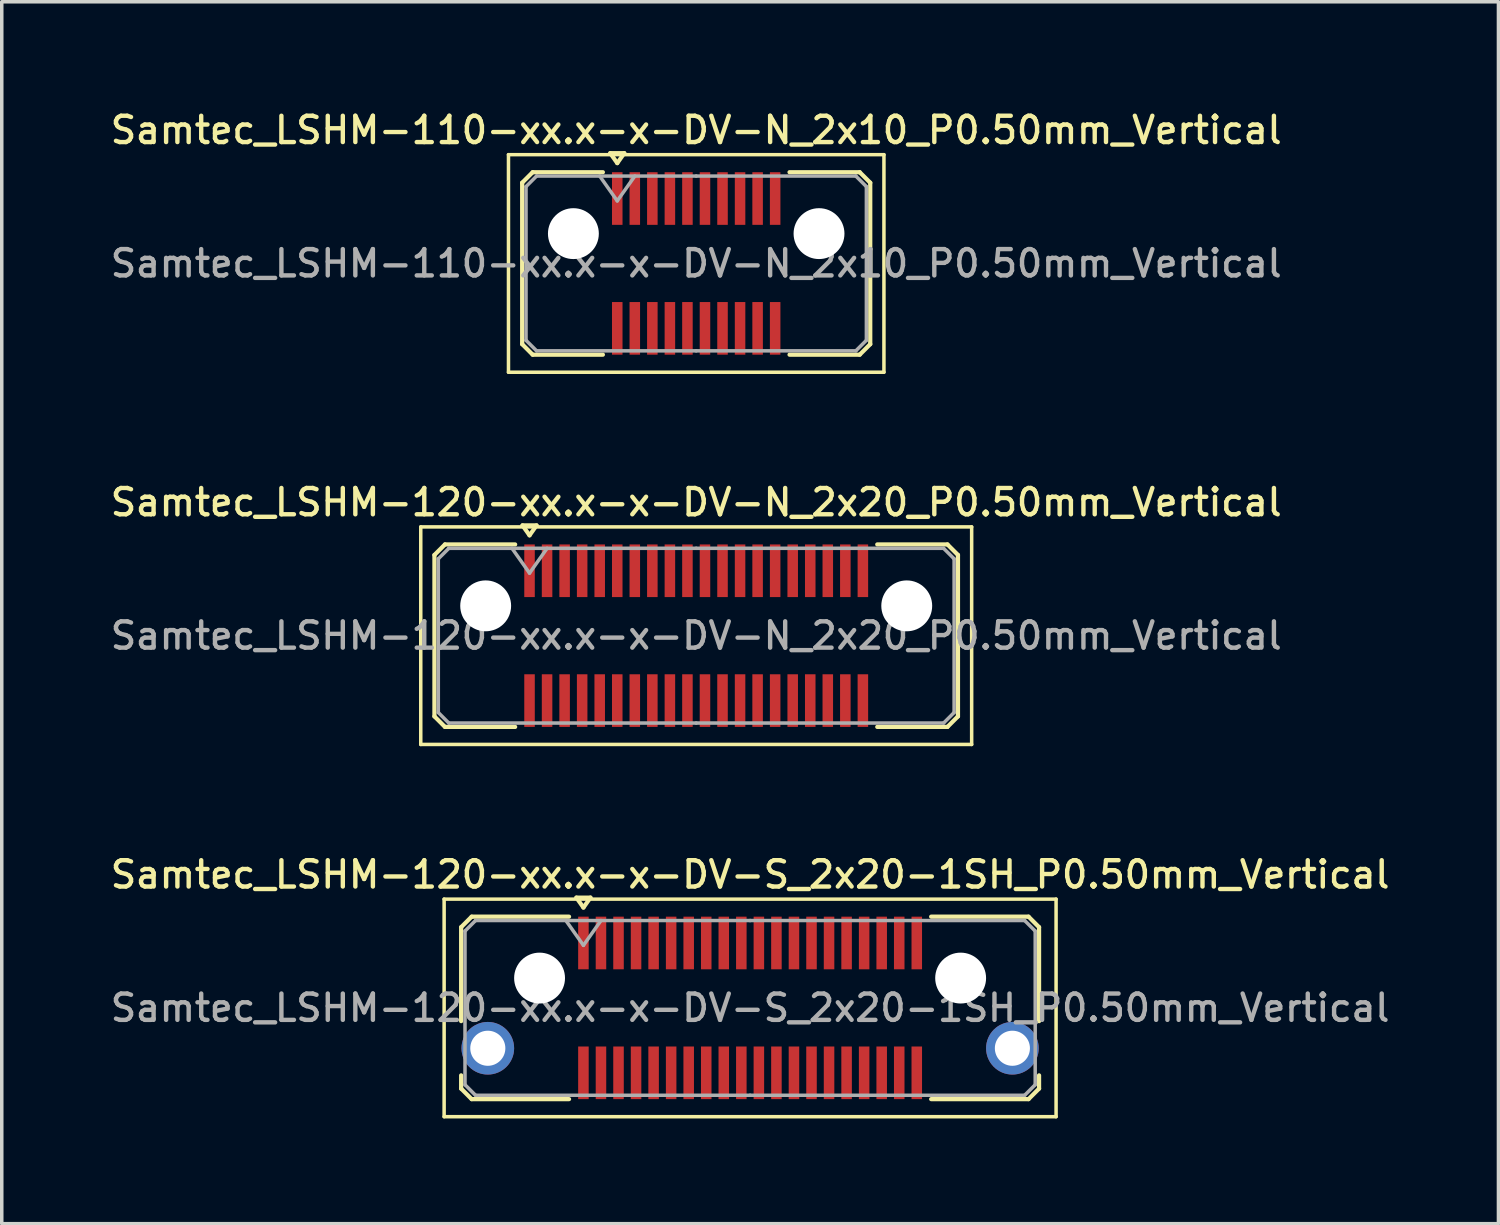
<source format=kicad_pcb>
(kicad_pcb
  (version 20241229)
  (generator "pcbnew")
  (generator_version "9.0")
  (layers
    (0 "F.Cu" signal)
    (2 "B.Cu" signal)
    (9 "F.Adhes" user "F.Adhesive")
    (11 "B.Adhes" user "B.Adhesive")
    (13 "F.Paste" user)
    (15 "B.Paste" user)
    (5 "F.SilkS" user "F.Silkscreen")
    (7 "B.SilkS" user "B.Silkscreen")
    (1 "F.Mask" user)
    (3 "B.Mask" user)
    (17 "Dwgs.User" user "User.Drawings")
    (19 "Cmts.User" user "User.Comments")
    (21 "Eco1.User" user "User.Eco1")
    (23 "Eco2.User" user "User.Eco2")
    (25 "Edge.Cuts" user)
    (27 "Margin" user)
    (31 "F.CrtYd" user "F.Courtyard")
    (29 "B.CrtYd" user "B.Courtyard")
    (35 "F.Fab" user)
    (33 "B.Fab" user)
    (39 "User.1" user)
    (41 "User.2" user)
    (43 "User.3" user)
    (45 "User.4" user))
  (footprint "Samtec_LSHM-120-xx.x-x-DV-N_2x20_P0.50mm_Vertical"
    (layer "F.Cu")
    (at 16.791 15.066)
    (property "Reference" "Samtec_LSHM-120-xx.x-x-DV-N_2x20_P0.50mm_Vertical" (at 0 -3.8 0) (layer "F.SilkS") (effects (font (size 0.75 0.75) (thickness 0.125))))
    (attr smd)
    (fp_line (start -7.85 -3.1) (end -7.85 3.1) (stroke (width 0.1) (type solid)) (layer "F.SilkS"))
    (fp_line (start -7.85 3.1) (end 7.85 3.1) (stroke (width 0.1) (type solid)) (layer "F.SilkS"))
    (fp_line (start -7.46 -2.3) (end -7.46 2.3) (stroke (width 0.12) (type solid)) (layer "F.SilkS"))
    (fp_line (start -7.46 2.3) (end -7.16 2.6) (stroke (width 0.12) (type solid)) (layer "F.SilkS"))
    (fp_line (start -7.16 -2.6) (end -7.46 -2.3) (stroke (width 0.12) (type solid)) (layer "F.SilkS"))
    (fp_line (start -7.16 2.6) (end -5.16 2.6) (stroke (width 0.12) (type solid)) (layer "F.SilkS"))
    (fp_line (start -5.16 -2.6) (end -7.16 -2.6) (stroke (width 0.12) (type solid)) (layer "F.SilkS"))
    (fp_line (start -4.95 -3.143) (end -4.55 -3.143) (stroke (width 0.12) (type solid)) (layer "F.SilkS"))
    (fp_line (start -4.75 -2.86) (end -4.95 -3.143) (stroke (width 0.12) (type solid)) (layer "F.SilkS"))
    (fp_line (start -4.55 -3.143) (end -4.75 -2.86) (stroke (width 0.12) (type solid)) (layer "F.SilkS"))
    (fp_line (start 5.16 -2.6) (end 7.16 -2.6) (stroke (width 0.12) (type solid)) (layer "F.SilkS"))
    (fp_line (start 7.16 -2.6) (end 7.46 -2.3) (stroke (width 0.12) (type solid)) (layer "F.SilkS"))
    (fp_line (start 7.16 2.6) (end 5.16 2.6) (stroke (width 0.12) (type solid)) (layer "F.SilkS"))
    (fp_line (start 7.46 -2.3) (end 7.46 2.3) (stroke (width 0.12) (type solid)) (layer "F.SilkS"))
    (fp_line (start 7.46 2.3) (end 7.16 2.6) (stroke (width 0.12) (type solid)) (layer "F.SilkS"))
    (fp_line (start 7.85 -3.1) (end -7.85 -3.1) (stroke (width 0.1) (type solid)) (layer "F.SilkS"))
    (fp_line (start 7.85 3.1) (end 7.85 -3.1) (stroke (width 0.1) (type solid)) (layer "F.SilkS"))
    (fp_line (start -7.35 -2.19) (end -7.35 2.19) (stroke (width 0.1) (type solid)) (layer "F.Fab"))
    (fp_line (start -7.35 2.19) (end -7.05 2.49) (stroke (width 0.1) (type solid)) (layer "F.Fab"))
    (fp_line (start -7.05 -2.49) (end -7.35 -2.19) (stroke (width 0.1) (type solid)) (layer "F.Fab"))
    (fp_line (start -7.05 2.49) (end 0 2.49) (stroke (width 0.1) (type solid)) (layer "F.Fab"))
    (fp_line (start -5.25 -2.49) (end -4.75 -1.783) (stroke (width 0.1) (type solid)) (layer "F.Fab"))
    (fp_line (start -4.75 -1.783) (end -4.25 -2.49) (stroke (width 0.1) (type solid)) (layer "F.Fab"))
    (fp_line (start 0 -2.49) (end -7.05 -2.49) (stroke (width 0.1) (type solid)) (layer "F.Fab"))
    (fp_line (start 0 -2.49) (end 7.05 -2.49) (stroke (width 0.1) (type solid)) (layer "F.Fab"))
    (fp_line (start 7.05 -2.49) (end 7.35 -2.19) (stroke (width 0.1) (type solid)) (layer "F.Fab"))
    (fp_line (start 7.05 2.49) (end 0 2.49) (stroke (width 0.1) (type solid)) (layer "F.Fab"))
    (fp_line (start 7.35 -2.19) (end 7.35 2.19) (stroke (width 0.1) (type solid)) (layer "F.Fab"))
    (fp_line (start 7.35 2.19) (end 7.05 2.49) (stroke (width 0.1) (type solid)) (layer "F.Fab"))
    (fp_text user "${REFERENCE}" (at 0 0 0) (layer "F.Fab") (effects (font (size 0.75 0.75) (thickness 0.125))))
    (pad "" np_thru_hole circle (at -6 -0.85) (size 1.45 1.45) (drill 1.45) (layers "*.Cu" "*.Mask"))
    (pad "" np_thru_hole circle (at 6 -0.85) (size 1.45 1.45) (drill 1.45) (layers "*.Cu" "*.Mask"))
    (pad "1" smd rect (at -4.75 -1.85) (size 0.3 1.5) (layers "F.Cu" "F.Mask" "F.Paste"))
    (pad "2" smd rect (at -4.75 1.85) (size 0.3 1.5) (layers "F.Cu" "F.Mask" "F.Paste"))
    (pad "3" smd rect (at -4.25 -1.85) (size 0.3 1.5) (layers "F.Cu" "F.Mask" "F.Paste"))
    (pad "4" smd rect (at -4.25 1.85) (size 0.3 1.5) (layers "F.Cu" "F.Mask" "F.Paste"))
    (pad "5" smd rect (at -3.75 -1.85) (size 0.3 1.5) (layers "F.Cu" "F.Mask" "F.Paste"))
    (pad "6" smd rect (at -3.75 1.85) (size 0.3 1.5) (layers "F.Cu" "F.Mask" "F.Paste"))
    (pad "7" smd rect (at -3.25 -1.85) (size 0.3 1.5) (layers "F.Cu" "F.Mask" "F.Paste"))
    (pad "8" smd rect (at -3.25 1.85) (size 0.3 1.5) (layers "F.Cu" "F.Mask" "F.Paste"))
    (pad "9" smd rect (at -2.75 -1.85) (size 0.3 1.5) (layers "F.Cu" "F.Mask" "F.Paste"))
    (pad "10" smd rect (at -2.75 1.85) (size 0.3 1.5) (layers "F.Cu" "F.Mask" "F.Paste"))
    (pad "11" smd rect (at -2.25 -1.85) (size 0.3 1.5) (layers "F.Cu" "F.Mask" "F.Paste"))
    (pad "12" smd rect (at -2.25 1.85) (size 0.3 1.5) (layers "F.Cu" "F.Mask" "F.Paste"))
    (pad "13" smd rect (at -1.75 -1.85) (size 0.3 1.5) (layers "F.Cu" "F.Mask" "F.Paste"))
    (pad "14" smd rect (at -1.75 1.85) (size 0.3 1.5) (layers "F.Cu" "F.Mask" "F.Paste"))
    (pad "15" smd rect (at -1.25 -1.85) (size 0.3 1.5) (layers "F.Cu" "F.Mask" "F.Paste"))
    (pad "16" smd rect (at -1.25 1.85) (size 0.3 1.5) (layers "F.Cu" "F.Mask" "F.Paste"))
    (pad "17" smd rect (at -0.75 -1.85) (size 0.3 1.5) (layers "F.Cu" "F.Mask" "F.Paste"))
    (pad "18" smd rect (at -0.75 1.85) (size 0.3 1.5) (layers "F.Cu" "F.Mask" "F.Paste"))
    (pad "19" smd rect (at -0.25 -1.85) (size 0.3 1.5) (layers "F.Cu" "F.Mask" "F.Paste"))
    (pad "20" smd rect (at -0.25 1.85) (size 0.3 1.5) (layers "F.Cu" "F.Mask" "F.Paste"))
    (pad "21" smd rect (at 0.25 -1.85) (size 0.3 1.5) (layers "F.Cu" "F.Mask" "F.Paste"))
    (pad "22" smd rect (at 0.25 1.85) (size 0.3 1.5) (layers "F.Cu" "F.Mask" "F.Paste"))
    (pad "23" smd rect (at 0.75 -1.85) (size 0.3 1.5) (layers "F.Cu" "F.Mask" "F.Paste"))
    (pad "24" smd rect (at 0.75 1.85) (size 0.3 1.5) (layers "F.Cu" "F.Mask" "F.Paste"))
    (pad "25" smd rect (at 1.25 -1.85) (size 0.3 1.5) (layers "F.Cu" "F.Mask" "F.Paste"))
    (pad "26" smd rect (at 1.25 1.85) (size 0.3 1.5) (layers "F.Cu" "F.Mask" "F.Paste"))
    (pad "27" smd rect (at 1.75 -1.85) (size 0.3 1.5) (layers "F.Cu" "F.Mask" "F.Paste"))
    (pad "28" smd rect (at 1.75 1.85) (size 0.3 1.5) (layers "F.Cu" "F.Mask" "F.Paste"))
    (pad "29" smd rect (at 2.25 -1.85) (size 0.3 1.5) (layers "F.Cu" "F.Mask" "F.Paste"))
    (pad "30" smd rect (at 2.25 1.85) (size 0.3 1.5) (layers "F.Cu" "F.Mask" "F.Paste"))
    (pad "31" smd rect (at 2.75 -1.85) (size 0.3 1.5) (layers "F.Cu" "F.Mask" "F.Paste"))
    (pad "32" smd rect (at 2.75 1.85) (size 0.3 1.5) (layers "F.Cu" "F.Mask" "F.Paste"))
    (pad "33" smd rect (at 3.25 -1.85) (size 0.3 1.5) (layers "F.Cu" "F.Mask" "F.Paste"))
    (pad "34" smd rect (at 3.25 1.85) (size 0.3 1.5) (layers "F.Cu" "F.Mask" "F.Paste"))
    (pad "35" smd rect (at 3.75 -1.85) (size 0.3 1.5) (layers "F.Cu" "F.Mask" "F.Paste"))
    (pad "36" smd rect (at 3.75 1.85) (size 0.3 1.5) (layers "F.Cu" "F.Mask" "F.Paste"))
    (pad "37" smd rect (at 4.25 -1.85) (size 0.3 1.5) (layers "F.Cu" "F.Mask" "F.Paste"))
    (pad "38" smd rect (at 4.25 1.85) (size 0.3 1.5) (layers "F.Cu" "F.Mask" "F.Paste"))
    (pad "39" smd rect (at 4.75 -1.85) (size 0.3 1.5) (layers "F.Cu" "F.Mask" "F.Paste"))
    (pad "40" smd rect (at 4.75 1.85) (size 0.3 1.5) (layers "F.Cu" "F.Mask" "F.Paste")))
  (footprint "Samtec_LSHM-120-xx.x-x-DV-S_2x20-1SH_P0.50mm_Vertical"
    (layer "F.Cu")
    (at 18.327 25.674)
    (property "Reference" "Samtec_LSHM-120-xx.x-x-DV-S_2x20-1SH_P0.50mm_Vertical" (at 0 -3.8 0) (layer "F.SilkS") (effects (font (size 0.75 0.75) (thickness 0.125))))
    (attr smd)
    (fp_line (start -8.72 -3.1) (end -8.72 3.1) (stroke (width 0.1) (type solid)) (layer "F.SilkS"))
    (fp_line (start -8.72 3.1) (end 8.72 3.1) (stroke (width 0.1) (type solid)) (layer "F.SilkS"))
    (fp_line (start -8.235 -2.3) (end -8.235 0.377) (stroke (width 0.12) (type solid)) (layer "F.SilkS"))
    (fp_line (start -8.235 1.923) (end -8.235 2.3) (stroke (width 0.12) (type solid)) (layer "F.SilkS"))
    (fp_line (start -8.235 2.3) (end -7.935 2.6) (stroke (width 0.12) (type solid)) (layer "F.SilkS"))
    (fp_line (start -7.935 -2.6) (end -8.235 -2.3) (stroke (width 0.12) (type solid)) (layer "F.SilkS"))
    (fp_line (start -7.935 2.6) (end -5.16 2.6) (stroke (width 0.12) (type solid)) (layer "F.SilkS"))
    (fp_line (start -5.16 -2.6) (end -7.935 -2.6) (stroke (width 0.12) (type solid)) (layer "F.SilkS"))
    (fp_line (start -4.95 -3.143) (end -4.55 -3.143) (stroke (width 0.12) (type solid)) (layer "F.SilkS"))
    (fp_line (start -4.75 -2.86) (end -4.95 -3.143) (stroke (width 0.12) (type solid)) (layer "F.SilkS"))
    (fp_line (start -4.55 -3.143) (end -4.75 -2.86) (stroke (width 0.12) (type solid)) (layer "F.SilkS"))
    (fp_line (start 5.16 -2.6) (end 7.935 -2.6) (stroke (width 0.12) (type solid)) (layer "F.SilkS"))
    (fp_line (start 7.935 -2.6) (end 8.235 -2.3) (stroke (width 0.12) (type solid)) (layer "F.SilkS"))
    (fp_line (start 7.935 2.6) (end 5.16 2.6) (stroke (width 0.12) (type solid)) (layer "F.SilkS"))
    (fp_line (start 8.235 -2.3) (end 8.235 0.377) (stroke (width 0.12) (type solid)) (layer "F.SilkS"))
    (fp_line (start 8.235 1.923) (end 8.235 2.3) (stroke (width 0.12) (type solid)) (layer "F.SilkS"))
    (fp_line (start 8.235 2.3) (end 7.935 2.6) (stroke (width 0.12) (type solid)) (layer "F.SilkS"))
    (fp_line (start 8.72 -3.1) (end -8.72 -3.1) (stroke (width 0.1) (type solid)) (layer "F.SilkS"))
    (fp_line (start 8.72 3.1) (end 8.72 -3.1) (stroke (width 0.1) (type solid)) (layer "F.SilkS"))
    (fp_line (start -8.125 -2.19) (end -8.125 2.19) (stroke (width 0.1) (type solid)) (layer "F.Fab"))
    (fp_line (start -8.125 2.19) (end -7.825 2.49) (stroke (width 0.1) (type solid)) (layer "F.Fab"))
    (fp_line (start -7.825 -2.49) (end -8.125 -2.19) (stroke (width 0.1) (type solid)) (layer "F.Fab"))
    (fp_line (start -7.825 2.49) (end 0 2.49) (stroke (width 0.1) (type solid)) (layer "F.Fab"))
    (fp_line (start -5.25 -2.49) (end -4.75 -1.783) (stroke (width 0.1) (type solid)) (layer "F.Fab"))
    (fp_line (start -4.75 -1.783) (end -4.25 -2.49) (stroke (width 0.1) (type solid)) (layer "F.Fab"))
    (fp_line (start 0 -2.49) (end -7.825 -2.49) (stroke (width 0.1) (type solid)) (layer "F.Fab"))
    (fp_line (start 0 -2.49) (end 7.825 -2.49) (stroke (width 0.1) (type solid)) (layer "F.Fab"))
    (fp_line (start 7.825 -2.49) (end 8.125 -2.19) (stroke (width 0.1) (type solid)) (layer "F.Fab"))
    (fp_line (start 7.825 2.49) (end 0 2.49) (stroke (width 0.1) (type solid)) (layer "F.Fab"))
    (fp_line (start 8.125 -2.19) (end 8.125 2.19) (stroke (width 0.1) (type solid)) (layer "F.Fab"))
    (fp_line (start 8.125 2.19) (end 7.825 2.49) (stroke (width 0.1) (type solid)) (layer "F.Fab"))
    (fp_text user "${REFERENCE}" (at 0 0 0) (layer "F.Fab") (effects (font (size 0.75 0.75) (thickness 0.125))))
    (pad "" np_thru_hole circle (at -6 -0.85) (size 1.45 1.45) (drill 1.45) (layers "*.Cu" "*.Mask"))
    (pad "" np_thru_hole circle (at 6 -0.85) (size 1.45 1.45) (drill 1.45) (layers "*.Cu" "*.Mask"))
    (pad "1" smd rect (at -4.75 -1.85) (size 0.3 1.5) (layers "F.Cu" "F.Mask" "F.Paste"))
    (pad "2" smd rect (at -4.75 1.85) (size 0.3 1.5) (layers "F.Cu" "F.Mask" "F.Paste"))
    (pad "3" smd rect (at -4.25 -1.85) (size 0.3 1.5) (layers "F.Cu" "F.Mask" "F.Paste"))
    (pad "4" smd rect (at -4.25 1.85) (size 0.3 1.5) (layers "F.Cu" "F.Mask" "F.Paste"))
    (pad "5" smd rect (at -3.75 -1.85) (size 0.3 1.5) (layers "F.Cu" "F.Mask" "F.Paste"))
    (pad "6" smd rect (at -3.75 1.85) (size 0.3 1.5) (layers "F.Cu" "F.Mask" "F.Paste"))
    (pad "7" smd rect (at -3.25 -1.85) (size 0.3 1.5) (layers "F.Cu" "F.Mask" "F.Paste"))
    (pad "8" smd rect (at -3.25 1.85) (size 0.3 1.5) (layers "F.Cu" "F.Mask" "F.Paste"))
    (pad "9" smd rect (at -2.75 -1.85) (size 0.3 1.5) (layers "F.Cu" "F.Mask" "F.Paste"))
    (pad "10" smd rect (at -2.75 1.85) (size 0.3 1.5) (layers "F.Cu" "F.Mask" "F.Paste"))
    (pad "11" smd rect (at -2.25 -1.85) (size 0.3 1.5) (layers "F.Cu" "F.Mask" "F.Paste"))
    (pad "12" smd rect (at -2.25 1.85) (size 0.3 1.5) (layers "F.Cu" "F.Mask" "F.Paste"))
    (pad "13" smd rect (at -1.75 -1.85) (size 0.3 1.5) (layers "F.Cu" "F.Mask" "F.Paste"))
    (pad "14" smd rect (at -1.75 1.85) (size 0.3 1.5) (layers "F.Cu" "F.Mask" "F.Paste"))
    (pad "15" smd rect (at -1.25 -1.85) (size 0.3 1.5) (layers "F.Cu" "F.Mask" "F.Paste"))
    (pad "16" smd rect (at -1.25 1.85) (size 0.3 1.5) (layers "F.Cu" "F.Mask" "F.Paste"))
    (pad "17" smd rect (at -0.75 -1.85) (size 0.3 1.5) (layers "F.Cu" "F.Mask" "F.Paste"))
    (pad "18" smd rect (at -0.75 1.85) (size 0.3 1.5) (layers "F.Cu" "F.Mask" "F.Paste"))
    (pad "19" smd rect (at -0.25 -1.85) (size 0.3 1.5) (layers "F.Cu" "F.Mask" "F.Paste"))
    (pad "20" smd rect (at -0.25 1.85) (size 0.3 1.5) (layers "F.Cu" "F.Mask" "F.Paste"))
    (pad "21" smd rect (at 0.25 -1.85) (size 0.3 1.5) (layers "F.Cu" "F.Mask" "F.Paste"))
    (pad "22" smd rect (at 0.25 1.85) (size 0.3 1.5) (layers "F.Cu" "F.Mask" "F.Paste"))
    (pad "23" smd rect (at 0.75 -1.85) (size 0.3 1.5) (layers "F.Cu" "F.Mask" "F.Paste"))
    (pad "24" smd rect (at 0.75 1.85) (size 0.3 1.5) (layers "F.Cu" "F.Mask" "F.Paste"))
    (pad "25" smd rect (at 1.25 -1.85) (size 0.3 1.5) (layers "F.Cu" "F.Mask" "F.Paste"))
    (pad "26" smd rect (at 1.25 1.85) (size 0.3 1.5) (layers "F.Cu" "F.Mask" "F.Paste"))
    (pad "27" smd rect (at 1.75 -1.85) (size 0.3 1.5) (layers "F.Cu" "F.Mask" "F.Paste"))
    (pad "28" smd rect (at 1.75 1.85) (size 0.3 1.5) (layers "F.Cu" "F.Mask" "F.Paste"))
    (pad "29" smd rect (at 2.25 -1.85) (size 0.3 1.5) (layers "F.Cu" "F.Mask" "F.Paste"))
    (pad "30" smd rect (at 2.25 1.85) (size 0.3 1.5) (layers "F.Cu" "F.Mask" "F.Paste"))
    (pad "31" smd rect (at 2.75 -1.85) (size 0.3 1.5) (layers "F.Cu" "F.Mask" "F.Paste"))
    (pad "32" smd rect (at 2.75 1.85) (size 0.3 1.5) (layers "F.Cu" "F.Mask" "F.Paste"))
    (pad "33" smd rect (at 3.25 -1.85) (size 0.3 1.5) (layers "F.Cu" "F.Mask" "F.Paste"))
    (pad "34" smd rect (at 3.25 1.85) (size 0.3 1.5) (layers "F.Cu" "F.Mask" "F.Paste"))
    (pad "35" smd rect (at 3.75 -1.85) (size 0.3 1.5) (layers "F.Cu" "F.Mask" "F.Paste"))
    (pad "36" smd rect (at 3.75 1.85) (size 0.3 1.5) (layers "F.Cu" "F.Mask" "F.Paste"))
    (pad "37" smd rect (at 4.25 -1.85) (size 0.3 1.5) (layers "F.Cu" "F.Mask" "F.Paste"))
    (pad "38" smd rect (at 4.25 1.85) (size 0.3 1.5) (layers "F.Cu" "F.Mask" "F.Paste"))
    (pad "39" smd rect (at 4.75 -1.85) (size 0.3 1.5) (layers "F.Cu" "F.Mask" "F.Paste"))
    (pad "40" smd rect (at 4.75 1.85) (size 0.3 1.5) (layers "F.Cu" "F.Mask" "F.Paste"))
    (pad "SH" thru_hole circle (at -7.475 1.15) (size 1.5 1.5) (drill 1) (layers "*.Cu" "*.Mask"))
    (pad "SH" thru_hole circle (at 7.475 1.15) (size 1.5 1.5) (drill 1) (layers "*.Cu" "*.Mask")))
  (footprint "Samtec_LSHM-110-xx.x-x-DV-N_2x10_P0.50mm_Vertical"
    (layer "F.Cu")
    (at 16.791 4.458)
    (property "Reference" "Samtec_LSHM-110-xx.x-x-DV-N_2x10_P0.50mm_Vertical" (at 0 -3.8 0) (layer "F.SilkS") (effects (font (size 0.75 0.75) (thickness 0.125))))
    (attr smd)
    (fp_line (start -5.35 -3.1) (end -5.35 3.1) (stroke (width 0.1) (type solid)) (layer "F.SilkS"))
    (fp_line (start -5.35 3.1) (end 5.35 3.1) (stroke (width 0.1) (type solid)) (layer "F.SilkS"))
    (fp_line (start -4.96 -2.3) (end -4.96 2.3) (stroke (width 0.12) (type solid)) (layer "F.SilkS"))
    (fp_line (start -4.96 2.3) (end -4.66 2.6) (stroke (width 0.12) (type solid)) (layer "F.SilkS"))
    (fp_line (start -4.66 -2.6) (end -4.96 -2.3) (stroke (width 0.12) (type solid)) (layer "F.SilkS"))
    (fp_line (start -4.66 2.6) (end -2.66 2.6) (stroke (width 0.12) (type solid)) (layer "F.SilkS"))
    (fp_line (start -2.66 -2.6) (end -4.66 -2.6) (stroke (width 0.12) (type solid)) (layer "F.SilkS"))
    (fp_line (start -2.45 -3.143) (end -2.05 -3.143) (stroke (width 0.12) (type solid)) (layer "F.SilkS"))
    (fp_line (start -2.25 -2.86) (end -2.45 -3.143) (stroke (width 0.12) (type solid)) (layer "F.SilkS"))
    (fp_line (start -2.05 -3.143) (end -2.25 -2.86) (stroke (width 0.12) (type solid)) (layer "F.SilkS"))
    (fp_line (start 2.66 -2.6) (end 4.66 -2.6) (stroke (width 0.12) (type solid)) (layer "F.SilkS"))
    (fp_line (start 4.66 -2.6) (end 4.96 -2.3) (stroke (width 0.12) (type solid)) (layer "F.SilkS"))
    (fp_line (start 4.66 2.6) (end 2.66 2.6) (stroke (width 0.12) (type solid)) (layer "F.SilkS"))
    (fp_line (start 4.96 -2.3) (end 4.96 2.3) (stroke (width 0.12) (type solid)) (layer "F.SilkS"))
    (fp_line (start 4.96 2.3) (end 4.66 2.6) (stroke (width 0.12) (type solid)) (layer "F.SilkS"))
    (fp_line (start 5.35 -3.1) (end -5.35 -3.1) (stroke (width 0.1) (type solid)) (layer "F.SilkS"))
    (fp_line (start 5.35 3.1) (end 5.35 -3.1) (stroke (width 0.1) (type solid)) (layer "F.SilkS"))
    (fp_line (start -4.85 -2.19) (end -4.85 2.19) (stroke (width 0.1) (type solid)) (layer "F.Fab"))
    (fp_line (start -4.85 2.19) (end -4.55 2.49) (stroke (width 0.1) (type solid)) (layer "F.Fab"))
    (fp_line (start -4.55 -2.49) (end -4.85 -2.19) (stroke (width 0.1) (type solid)) (layer "F.Fab"))
    (fp_line (start -4.55 2.49) (end 0 2.49) (stroke (width 0.1) (type solid)) (layer "F.Fab"))
    (fp_line (start -2.75 -2.49) (end -2.25 -1.783) (stroke (width 0.1) (type solid)) (layer "F.Fab"))
    (fp_line (start -2.25 -1.783) (end -1.75 -2.49) (stroke (width 0.1) (type solid)) (layer "F.Fab"))
    (fp_line (start 0 -2.49) (end -4.55 -2.49) (stroke (width 0.1) (type solid)) (layer "F.Fab"))
    (fp_line (start 0 -2.49) (end 4.55 -2.49) (stroke (width 0.1) (type solid)) (layer "F.Fab"))
    (fp_line (start 4.55 -2.49) (end 4.85 -2.19) (stroke (width 0.1) (type solid)) (layer "F.Fab"))
    (fp_line (start 4.55 2.49) (end 0 2.49) (stroke (width 0.1) (type solid)) (layer "F.Fab"))
    (fp_line (start 4.85 -2.19) (end 4.85 2.19) (stroke (width 0.1) (type solid)) (layer "F.Fab"))
    (fp_line (start 4.85 2.19) (end 4.55 2.49) (stroke (width 0.1) (type solid)) (layer "F.Fab"))
    (fp_text user "${REFERENCE}" (at 0 0 0) (layer "F.Fab") (effects (font (size 0.75 0.75) (thickness 0.125))))
    (pad "" np_thru_hole circle (at -3.5 -0.85) (size 1.45 1.45) (drill 1.45) (layers "*.Cu" "*.Mask"))
    (pad "" np_thru_hole circle (at 3.5 -0.85) (size 1.45 1.45) (drill 1.45) (layers "*.Cu" "*.Mask"))
    (pad "1" smd rect (at -2.25 -1.85) (size 0.3 1.5) (layers "F.Cu" "F.Mask" "F.Paste"))
    (pad "2" smd rect (at -2.25 1.85) (size 0.3 1.5) (layers "F.Cu" "F.Mask" "F.Paste"))
    (pad "3" smd rect (at -1.75 -1.85) (size 0.3 1.5) (layers "F.Cu" "F.Mask" "F.Paste"))
    (pad "4" smd rect (at -1.75 1.85) (size 0.3 1.5) (layers "F.Cu" "F.Mask" "F.Paste"))
    (pad "5" smd rect (at -1.25 -1.85) (size 0.3 1.5) (layers "F.Cu" "F.Mask" "F.Paste"))
    (pad "6" smd rect (at -1.25 1.85) (size 0.3 1.5) (layers "F.Cu" "F.Mask" "F.Paste"))
    (pad "7" smd rect (at -0.75 -1.85) (size 0.3 1.5) (layers "F.Cu" "F.Mask" "F.Paste"))
    (pad "8" smd rect (at -0.75 1.85) (size 0.3 1.5) (layers "F.Cu" "F.Mask" "F.Paste"))
    (pad "9" smd rect (at -0.25 -1.85) (size 0.3 1.5) (layers "F.Cu" "F.Mask" "F.Paste"))
    (pad "10" smd rect (at -0.25 1.85) (size 0.3 1.5) (layers "F.Cu" "F.Mask" "F.Paste"))
    (pad "11" smd rect (at 0.25 -1.85) (size 0.3 1.5) (layers "F.Cu" "F.Mask" "F.Paste"))
    (pad "12" smd rect (at 0.25 1.85) (size 0.3 1.5) (layers "F.Cu" "F.Mask" "F.Paste"))
    (pad "13" smd rect (at 0.75 -1.85) (size 0.3 1.5) (layers "F.Cu" "F.Mask" "F.Paste"))
    (pad "14" smd rect (at 0.75 1.85) (size 0.3 1.5) (layers "F.Cu" "F.Mask" "F.Paste"))
    (pad "15" smd rect (at 1.25 -1.85) (size 0.3 1.5) (layers "F.Cu" "F.Mask" "F.Paste"))
    (pad "16" smd rect (at 1.25 1.85) (size 0.3 1.5) (layers "F.Cu" "F.Mask" "F.Paste"))
    (pad "17" smd rect (at 1.75 -1.85) (size 0.3 1.5) (layers "F.Cu" "F.Mask" "F.Paste"))
    (pad "18" smd rect (at 1.75 1.85) (size 0.3 1.5) (layers "F.Cu" "F.Mask" "F.Paste"))
    (pad "19" smd rect (at 2.25 -1.85) (size 0.3 1.5) (layers "F.Cu" "F.Mask" "F.Paste"))
    (pad "20" smd rect (at 2.25 1.85) (size 0.3 1.5) (layers "F.Cu" "F.Mask" "F.Paste")))
  (gr_rect
    (start -3 -3)
    (end 39.654 31.824)
    (stroke (width 0.1) (type default))
    (fill no)
    (layer "Edge.Cuts")))
</source>
